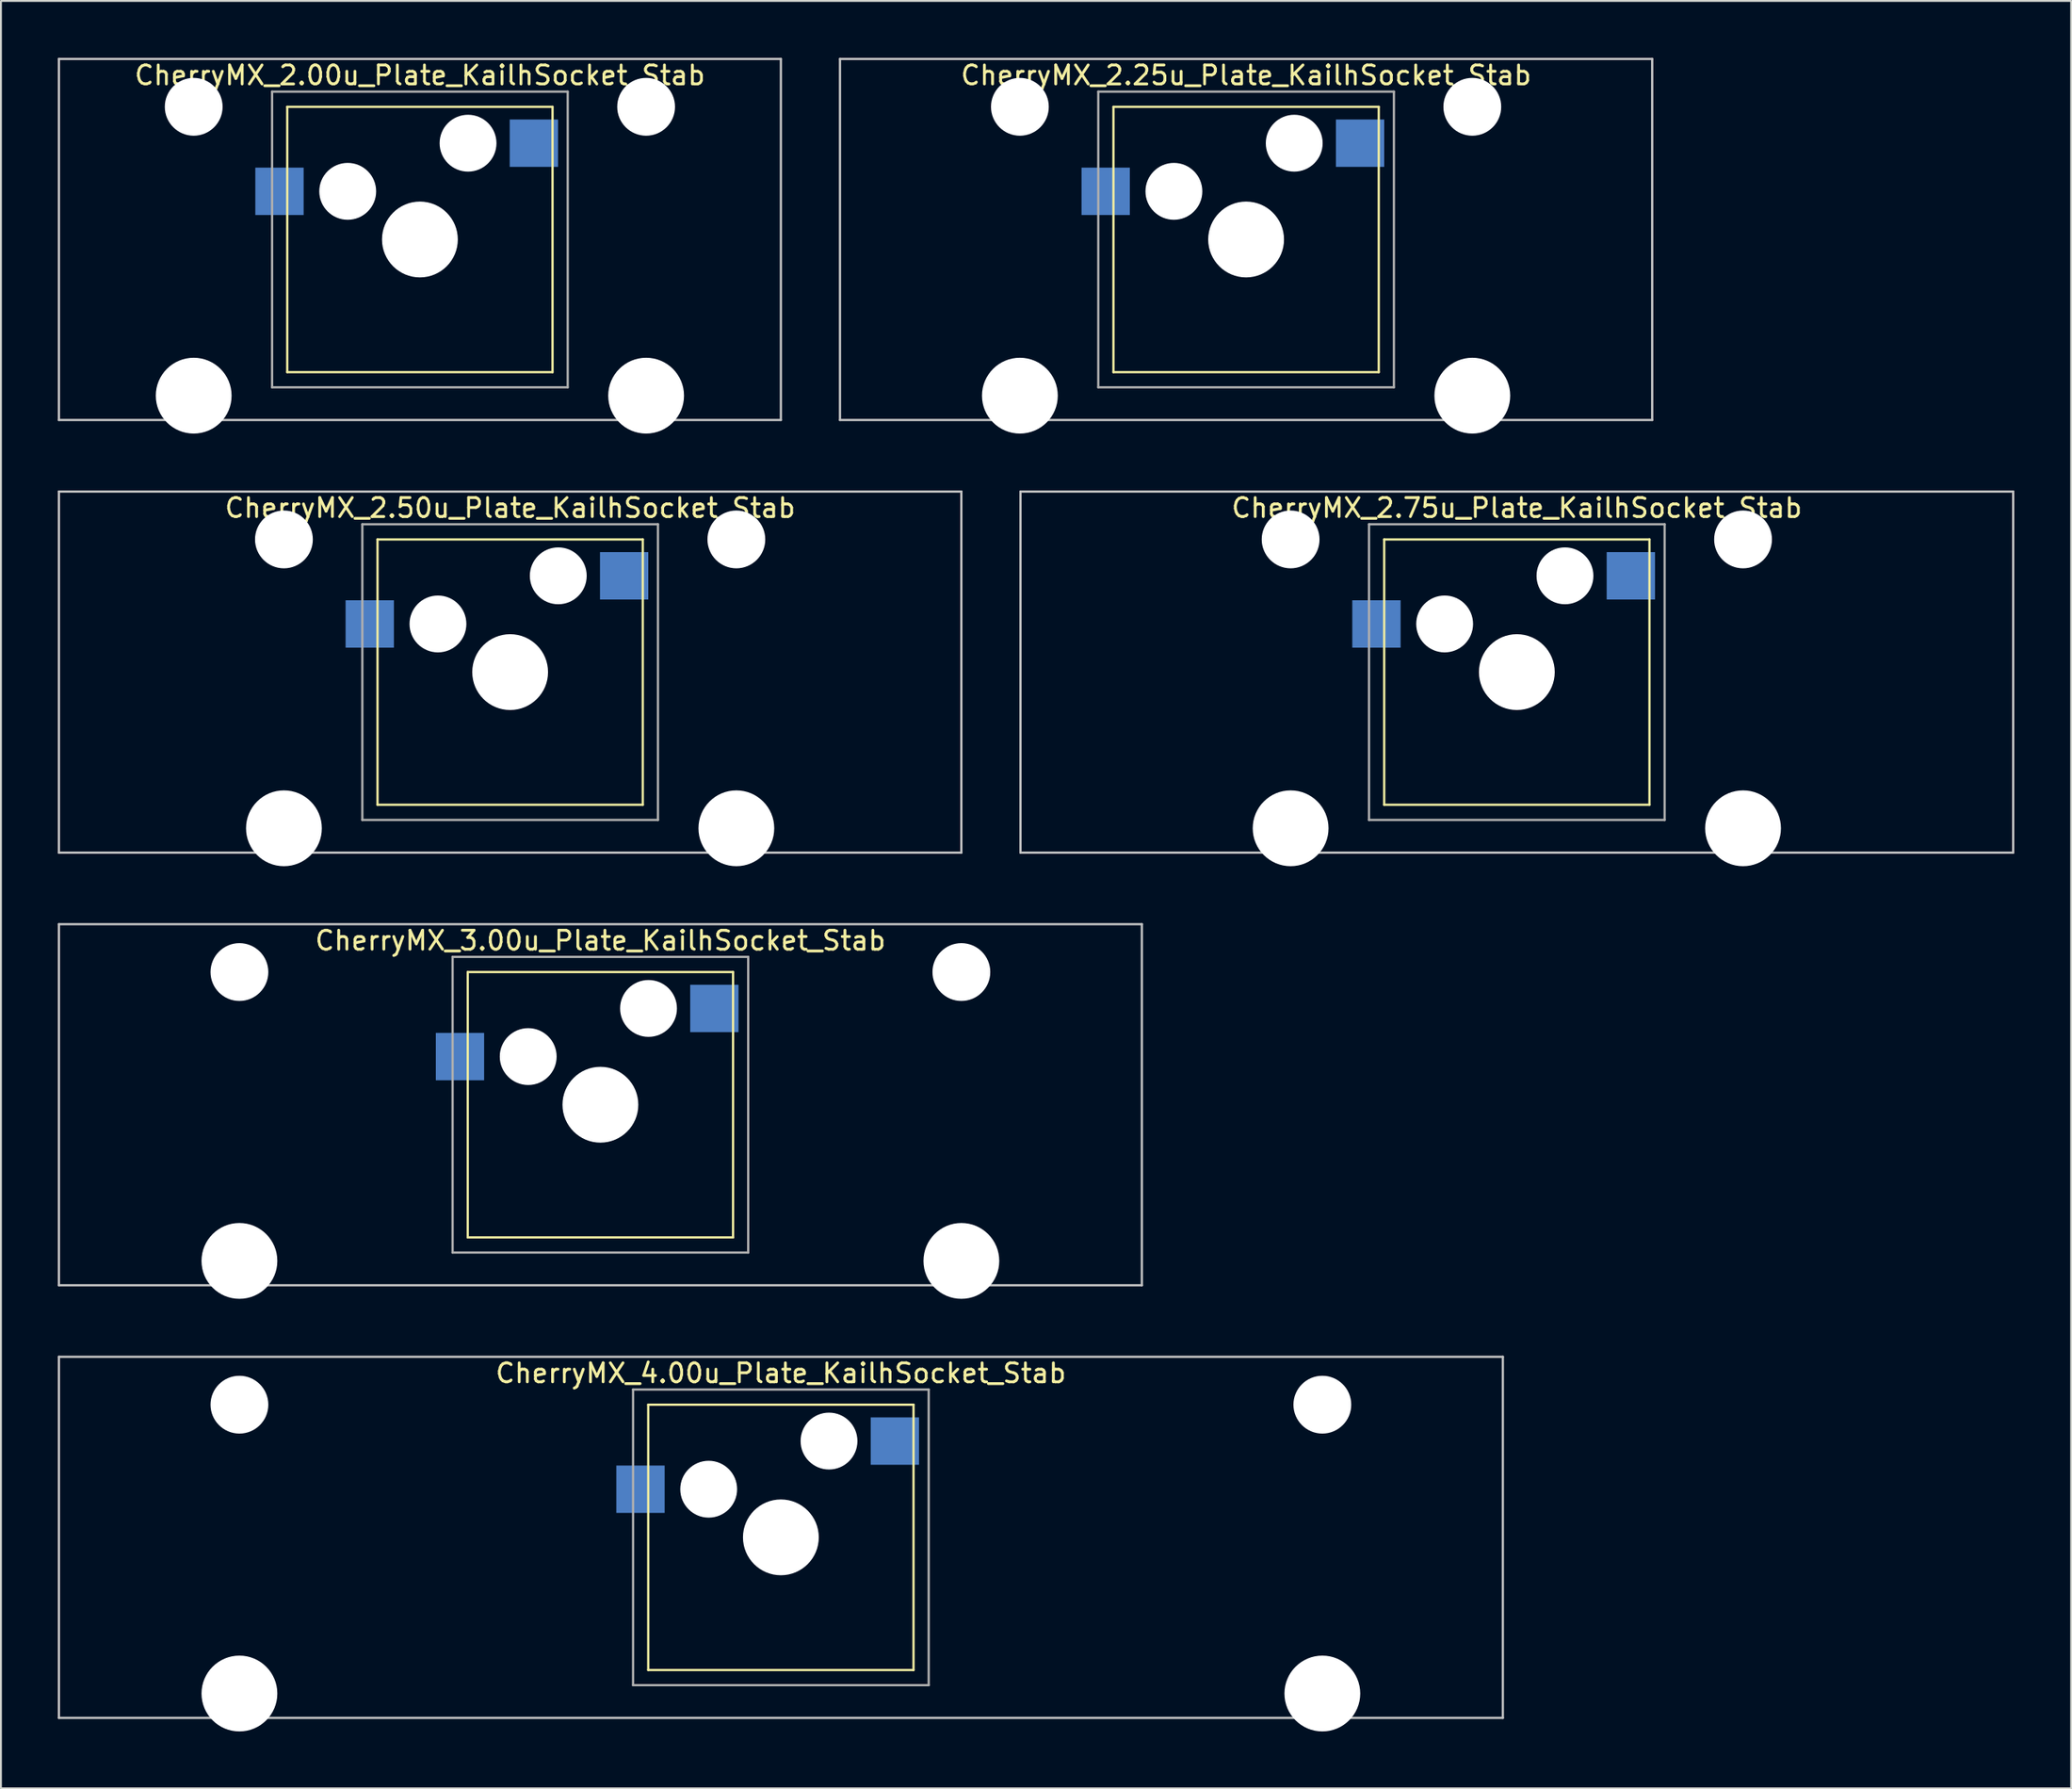
<source format=kicad_pcb>
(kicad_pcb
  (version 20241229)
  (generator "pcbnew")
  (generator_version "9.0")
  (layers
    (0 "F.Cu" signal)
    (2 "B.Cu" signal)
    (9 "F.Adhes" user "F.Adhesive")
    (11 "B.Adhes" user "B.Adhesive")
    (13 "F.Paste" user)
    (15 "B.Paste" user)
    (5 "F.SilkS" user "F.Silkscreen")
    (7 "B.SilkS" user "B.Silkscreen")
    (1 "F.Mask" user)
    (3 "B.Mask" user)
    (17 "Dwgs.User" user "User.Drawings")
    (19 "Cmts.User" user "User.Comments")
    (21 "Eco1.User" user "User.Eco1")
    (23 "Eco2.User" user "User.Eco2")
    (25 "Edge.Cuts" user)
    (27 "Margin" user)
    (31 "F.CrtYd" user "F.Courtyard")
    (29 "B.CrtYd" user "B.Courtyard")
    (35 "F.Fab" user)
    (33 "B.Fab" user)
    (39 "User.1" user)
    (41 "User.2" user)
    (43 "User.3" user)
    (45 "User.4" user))
  (footprint "CherryMX_3.00u_Plate_KailhSocket_Stab"
    (layer "F.Cu")
    (at 28.635 55.235)
    (property "Reference" "CherryMX_3.00u_Plate_KailhSocket_Stab" (at 0 -8.662 0) (layer "F.SilkS") (effects (font (size 1 1) (thickness 0.15))))
    (attr through_hole)
    (fp_line (start -7 -7) (end -7 7) (stroke (width 0.12) (type solid)) (layer "F.SilkS"))
    (fp_line (start -7 -7) (end 7 -7) (stroke (width 0.12) (type solid)) (layer "F.SilkS"))
    (fp_line (start 7 -7) (end 7 7) (stroke (width 0.12) (type solid)) (layer "F.SilkS"))
    (fp_line (start 7 7) (end -7 7) (stroke (width 0.12) (type solid)) (layer "F.SilkS"))
    (fp_line (start -28.575 -9.525) (end 28.575 -9.525) (stroke (width 0.12) (type solid)) (layer "Dwgs.User"))
    (fp_line (start -28.575 9.525) (end -28.575 -9.525) (stroke (width 0.12) (type solid)) (layer "Dwgs.User"))
    (fp_line (start 28.575 -9.525) (end 28.575 9.525) (stroke (width 0.12) (type solid)) (layer "Dwgs.User"))
    (fp_line (start 28.575 9.525) (end -28.575 9.525) (stroke (width 0.12) (type solid)) (layer "Dwgs.User"))
    (fp_line (start -7.8 -7.8) (end -7.8 7.8) (stroke (width 0.12) (type solid)) (layer "F.Fab"))
    (fp_line (start -7.8 -7.8) (end 7.8 -7.8) (stroke (width 0.12) (type solid)) (layer "F.Fab"))
    (fp_line (start -7.8 7.8) (end 7.8 7.8) (stroke (width 0.12) (type solid)) (layer "F.Fab"))
    (fp_line (start 7.8 -7.8) (end 7.8 7.8) (stroke (width 0.12) (type solid)) (layer "F.Fab"))
    (pad "" np_thru_hole circle (at -19.05 -7) (size 3.05 3.05) (drill 3.05) (layers "*.Cu" "*.Mask"))
    (pad "" np_thru_hole circle (at -19.05 8.24) (size 4 4) (drill 4) (layers "*.Cu" "*.Mask"))
    (pad "" np_thru_hole circle (at -3.81 -2.54) (size 3 3) (drill 3) (layers "*.Cu" "*.Mask"))
    (pad "" np_thru_hole circle (at 0 0) (size 4 4) (drill 4) (layers "*.Cu" "*.Mask"))
    (pad "" np_thru_hole circle (at 2.54 -5.08) (size 3 3) (drill 3) (layers "*.Cu" "*.Mask"))
    (pad "" np_thru_hole circle (at 19.05 -7) (size 3.05 3.05) (drill 3.05) (layers "*.Cu" "*.Mask"))
    (pad "" np_thru_hole circle (at 19.05 8.24) (size 4 4) (drill 4) (layers "*.Cu" "*.Mask"))
    (pad "1" smd rect (at -7.41 -2.54) (size 2.55 2.5) (layers "B.Cu" "B.Mask" "B.Paste"))
    (pad "2" smd rect (at 6.015 -5.08) (size 2.55 2.5) (layers "B.Cu" "B.Mask" "B.Paste")))
  (footprint "CherryMX_2.25u_Plate_KailhSocket_Stab"
    (layer "F.Cu")
    (at 62.711 9.585)
    (property "Reference" "CherryMX_2.25u_Plate_KailhSocket_Stab" (at 0 -8.662 0) (layer "F.SilkS") (effects (font (size 1 1) (thickness 0.15))))
    (attr through_hole)
    (fp_line (start -7 -7) (end -7 7) (stroke (width 0.12) (type solid)) (layer "F.SilkS"))
    (fp_line (start -7 -7) (end 7 -7) (stroke (width 0.12) (type solid)) (layer "F.SilkS"))
    (fp_line (start 7 -7) (end 7 7) (stroke (width 0.12) (type solid)) (layer "F.SilkS"))
    (fp_line (start 7 7) (end -7 7) (stroke (width 0.12) (type solid)) (layer "F.SilkS"))
    (fp_line (start -21.431 -9.525) (end 21.431 -9.525) (stroke (width 0.12) (type solid)) (layer "Dwgs.User"))
    (fp_line (start -21.431 9.525) (end -21.431 -9.525) (stroke (width 0.12) (type solid)) (layer "Dwgs.User"))
    (fp_line (start 21.431 -9.525) (end 21.431 9.525) (stroke (width 0.12) (type solid)) (layer "Dwgs.User"))
    (fp_line (start 21.431 9.525) (end -21.431 9.525) (stroke (width 0.12) (type solid)) (layer "Dwgs.User"))
    (fp_line (start -7.8 -7.8) (end -7.8 7.8) (stroke (width 0.12) (type solid)) (layer "F.Fab"))
    (fp_line (start -7.8 -7.8) (end 7.8 -7.8) (stroke (width 0.12) (type solid)) (layer "F.Fab"))
    (fp_line (start -7.8 7.8) (end 7.8 7.8) (stroke (width 0.12) (type solid)) (layer "F.Fab"))
    (fp_line (start 7.8 -7.8) (end 7.8 7.8) (stroke (width 0.12) (type solid)) (layer "F.Fab"))
    (pad "" np_thru_hole circle (at -11.938 -7) (size 3.05 3.05) (drill 3.05) (layers "*.Cu" "*.Mask"))
    (pad "" np_thru_hole circle (at -11.938 8.24) (size 4 4) (drill 4) (layers "*.Cu" "*.Mask"))
    (pad "" np_thru_hole circle (at -3.81 -2.54) (size 3 3) (drill 3) (layers "*.Cu" "*.Mask"))
    (pad "" np_thru_hole circle (at 0 0) (size 4 4) (drill 4) (layers "*.Cu" "*.Mask"))
    (pad "" np_thru_hole circle (at 2.54 -5.08) (size 3 3) (drill 3) (layers "*.Cu" "*.Mask"))
    (pad "" np_thru_hole circle (at 11.938 -7) (size 3.05 3.05) (drill 3.05) (layers "*.Cu" "*.Mask"))
    (pad "" np_thru_hole circle (at 11.938 8.24) (size 4 4) (drill 4) (layers "*.Cu" "*.Mask"))
    (pad "1" smd rect (at -7.41 -2.54) (size 2.55 2.5) (layers "B.Cu" "B.Mask" "B.Paste"))
    (pad "2" smd rect (at 6.015 -5.08) (size 2.55 2.5) (layers "B.Cu" "B.Mask" "B.Paste")))
  (footprint "CherryMX_2.75u_Plate_KailhSocket_Stab"
    (layer "F.Cu")
    (at 76.999 32.41)
    (property "Reference" "CherryMX_2.75u_Plate_KailhSocket_Stab" (at 0 -8.662 0) (layer "F.SilkS") (effects (font (size 1 1) (thickness 0.15))))
    (attr through_hole)
    (fp_line (start -7 -7) (end -7 7) (stroke (width 0.12) (type solid)) (layer "F.SilkS"))
    (fp_line (start -7 -7) (end 7 -7) (stroke (width 0.12) (type solid)) (layer "F.SilkS"))
    (fp_line (start 7 -7) (end 7 7) (stroke (width 0.12) (type solid)) (layer "F.SilkS"))
    (fp_line (start 7 7) (end -7 7) (stroke (width 0.12) (type solid)) (layer "F.SilkS"))
    (fp_line (start -26.194 -9.525) (end 26.194 -9.525) (stroke (width 0.12) (type solid)) (layer "Dwgs.User"))
    (fp_line (start -26.194 9.525) (end -26.194 -9.525) (stroke (width 0.12) (type solid)) (layer "Dwgs.User"))
    (fp_line (start 26.194 -9.525) (end 26.194 9.525) (stroke (width 0.12) (type solid)) (layer "Dwgs.User"))
    (fp_line (start 26.194 9.525) (end -26.194 9.525) (stroke (width 0.12) (type solid)) (layer "Dwgs.User"))
    (fp_line (start -7.8 -7.8) (end -7.8 7.8) (stroke (width 0.12) (type solid)) (layer "F.Fab"))
    (fp_line (start -7.8 -7.8) (end 7.8 -7.8) (stroke (width 0.12) (type solid)) (layer "F.Fab"))
    (fp_line (start -7.8 7.8) (end 7.8 7.8) (stroke (width 0.12) (type solid)) (layer "F.Fab"))
    (fp_line (start 7.8 -7.8) (end 7.8 7.8) (stroke (width 0.12) (type solid)) (layer "F.Fab"))
    (pad "" np_thru_hole circle (at -11.938 -7) (size 3.05 3.05) (drill 3.05) (layers "*.Cu" "*.Mask"))
    (pad "" np_thru_hole circle (at -11.938 8.24) (size 4 4) (drill 4) (layers "*.Cu" "*.Mask"))
    (pad "" np_thru_hole circle (at -3.81 -2.54) (size 3 3) (drill 3) (layers "*.Cu" "*.Mask"))
    (pad "" np_thru_hole circle (at 0 0) (size 4 4) (drill 4) (layers "*.Cu" "*.Mask"))
    (pad "" np_thru_hole circle (at 2.54 -5.08) (size 3 3) (drill 3) (layers "*.Cu" "*.Mask"))
    (pad "" np_thru_hole circle (at 11.938 -7) (size 3.05 3.05) (drill 3.05) (layers "*.Cu" "*.Mask"))
    (pad "" np_thru_hole circle (at 11.938 8.24) (size 4 4) (drill 4) (layers "*.Cu" "*.Mask"))
    (pad "1" smd rect (at -7.41 -2.54) (size 2.55 2.5) (layers "B.Cu" "B.Mask" "B.Paste"))
    (pad "2" smd rect (at 6.015 -5.08) (size 2.55 2.5) (layers "B.Cu" "B.Mask" "B.Paste")))
  (footprint "CherryMX_2.50u_Plate_KailhSocket_Stab"
    (layer "F.Cu")
    (at 23.872 32.41)
    (property "Reference" "CherryMX_2.50u_Plate_KailhSocket_Stab" (at 0 -8.662 0) (layer "F.SilkS") (effects (font (size 1 1) (thickness 0.15))))
    (attr through_hole)
    (fp_line (start -7 -7) (end -7 7) (stroke (width 0.12) (type solid)) (layer "F.SilkS"))
    (fp_line (start -7 -7) (end 7 -7) (stroke (width 0.12) (type solid)) (layer "F.SilkS"))
    (fp_line (start 7 -7) (end 7 7) (stroke (width 0.12) (type solid)) (layer "F.SilkS"))
    (fp_line (start 7 7) (end -7 7) (stroke (width 0.12) (type solid)) (layer "F.SilkS"))
    (fp_line (start -23.812 -9.525) (end 23.812 -9.525) (stroke (width 0.12) (type solid)) (layer "Dwgs.User"))
    (fp_line (start -23.812 9.525) (end -23.812 -9.525) (stroke (width 0.12) (type solid)) (layer "Dwgs.User"))
    (fp_line (start 23.812 -9.525) (end 23.812 9.525) (stroke (width 0.12) (type solid)) (layer "Dwgs.User"))
    (fp_line (start 23.812 9.525) (end -23.812 9.525) (stroke (width 0.12) (type solid)) (layer "Dwgs.User"))
    (fp_line (start -7.8 -7.8) (end -7.8 7.8) (stroke (width 0.12) (type solid)) (layer "F.Fab"))
    (fp_line (start -7.8 -7.8) (end 7.8 -7.8) (stroke (width 0.12) (type solid)) (layer "F.Fab"))
    (fp_line (start -7.8 7.8) (end 7.8 7.8) (stroke (width 0.12) (type solid)) (layer "F.Fab"))
    (fp_line (start 7.8 -7.8) (end 7.8 7.8) (stroke (width 0.12) (type solid)) (layer "F.Fab"))
    (pad "" np_thru_hole circle (at -11.938 -7) (size 3.05 3.05) (drill 3.05) (layers "*.Cu" "*.Mask"))
    (pad "" np_thru_hole circle (at -11.938 8.24) (size 4 4) (drill 4) (layers "*.Cu" "*.Mask"))
    (pad "" np_thru_hole circle (at -3.81 -2.54) (size 3 3) (drill 3) (layers "*.Cu" "*.Mask"))
    (pad "" np_thru_hole circle (at 0 0) (size 4 4) (drill 4) (layers "*.Cu" "*.Mask"))
    (pad "" np_thru_hole circle (at 2.54 -5.08) (size 3 3) (drill 3) (layers "*.Cu" "*.Mask"))
    (pad "" np_thru_hole circle (at 11.938 -7) (size 3.05 3.05) (drill 3.05) (layers "*.Cu" "*.Mask"))
    (pad "" np_thru_hole circle (at 11.938 8.24) (size 4 4) (drill 4) (layers "*.Cu" "*.Mask"))
    (pad "1" smd rect (at -7.41 -2.54) (size 2.55 2.5) (layers "B.Cu" "B.Mask" "B.Paste"))
    (pad "2" smd rect (at 6.015 -5.08) (size 2.55 2.5) (layers "B.Cu" "B.Mask" "B.Paste")))
  (footprint "CherryMX_2.00u_Plate_KailhSocket_Stab"
    (layer "F.Cu")
    (at 19.11 9.585)
    (property "Reference" "CherryMX_2.00u_Plate_KailhSocket_Stab" (at 0 -8.662 0) (layer "F.SilkS") (effects (font (size 1 1) (thickness 0.15))))
    (attr through_hole)
    (fp_line (start -7 -7) (end -7 7) (stroke (width 0.12) (type solid)) (layer "F.SilkS"))
    (fp_line (start -7 -7) (end 7 -7) (stroke (width 0.12) (type solid)) (layer "F.SilkS"))
    (fp_line (start 7 -7) (end 7 7) (stroke (width 0.12) (type solid)) (layer "F.SilkS"))
    (fp_line (start 7 7) (end -7 7) (stroke (width 0.12) (type solid)) (layer "F.SilkS"))
    (fp_line (start -19.05 -9.525) (end 19.05 -9.525) (stroke (width 0.12) (type solid)) (layer "Dwgs.User"))
    (fp_line (start -19.05 9.525) (end -19.05 -9.525) (stroke (width 0.12) (type solid)) (layer "Dwgs.User"))
    (fp_line (start 19.05 -9.525) (end 19.05 9.525) (stroke (width 0.12) (type solid)) (layer "Dwgs.User"))
    (fp_line (start 19.05 9.525) (end -19.05 9.525) (stroke (width 0.12) (type solid)) (layer "Dwgs.User"))
    (fp_line (start -7.8 -7.8) (end -7.8 7.8) (stroke (width 0.12) (type solid)) (layer "F.Fab"))
    (fp_line (start -7.8 -7.8) (end 7.8 -7.8) (stroke (width 0.12) (type solid)) (layer "F.Fab"))
    (fp_line (start -7.8 7.8) (end 7.8 7.8) (stroke (width 0.12) (type solid)) (layer "F.Fab"))
    (fp_line (start 7.8 -7.8) (end 7.8 7.8) (stroke (width 0.12) (type solid)) (layer "F.Fab"))
    (pad "" np_thru_hole circle (at -11.938 -7) (size 3.05 3.05) (drill 3.05) (layers "*.Cu" "*.Mask"))
    (pad "" np_thru_hole circle (at -11.938 8.24) (size 4 4) (drill 4) (layers "*.Cu" "*.Mask"))
    (pad "" np_thru_hole circle (at -3.81 -2.54) (size 3 3) (drill 3) (layers "*.Cu" "*.Mask"))
    (pad "" np_thru_hole circle (at 0 0) (size 4 4) (drill 4) (layers "*.Cu" "*.Mask"))
    (pad "" np_thru_hole circle (at 2.54 -5.08) (size 3 3) (drill 3) (layers "*.Cu" "*.Mask"))
    (pad "" np_thru_hole circle (at 11.938 -7) (size 3.05 3.05) (drill 3.05) (layers "*.Cu" "*.Mask"))
    (pad "" np_thru_hole circle (at 11.938 8.24) (size 4 4) (drill 4) (layers "*.Cu" "*.Mask"))
    (pad "1" smd rect (at -7.41 -2.54) (size 2.55 2.5) (layers "B.Cu" "B.Mask" "B.Paste"))
    (pad "2" smd rect (at 6.015 -5.08) (size 2.55 2.5) (layers "B.Cu" "B.Mask" "B.Paste")))
  (footprint "CherryMX_4.00u_Plate_KailhSocket_Stab"
    (layer "F.Cu")
    (at 38.16 78.06)
    (property "Reference" "CherryMX_4.00u_Plate_KailhSocket_Stab" (at 0 -8.662 0) (layer "F.SilkS") (effects (font (size 1 1) (thickness 0.15))))
    (attr through_hole)
    (fp_line (start -7 -7) (end -7 7) (stroke (width 0.12) (type solid)) (layer "F.SilkS"))
    (fp_line (start -7 -7) (end 7 -7) (stroke (width 0.12) (type solid)) (layer "F.SilkS"))
    (fp_line (start 7 -7) (end 7 7) (stroke (width 0.12) (type solid)) (layer "F.SilkS"))
    (fp_line (start 7 7) (end -7 7) (stroke (width 0.12) (type solid)) (layer "F.SilkS"))
    (fp_line (start -38.1 -9.525) (end 38.1 -9.525) (stroke (width 0.12) (type solid)) (layer "Dwgs.User"))
    (fp_line (start -38.1 9.525) (end -38.1 -9.525) (stroke (width 0.12) (type solid)) (layer "Dwgs.User"))
    (fp_line (start 38.1 -9.525) (end 38.1 9.525) (stroke (width 0.12) (type solid)) (layer "Dwgs.User"))
    (fp_line (start 38.1 9.525) (end -38.1 9.525) (stroke (width 0.12) (type solid)) (layer "Dwgs.User"))
    (fp_line (start -7.8 -7.8) (end -7.8 7.8) (stroke (width 0.12) (type solid)) (layer "F.Fab"))
    (fp_line (start -7.8 -7.8) (end 7.8 -7.8) (stroke (width 0.12) (type solid)) (layer "F.Fab"))
    (fp_line (start -7.8 7.8) (end 7.8 7.8) (stroke (width 0.12) (type solid)) (layer "F.Fab"))
    (fp_line (start 7.8 -7.8) (end 7.8 7.8) (stroke (width 0.12) (type solid)) (layer "F.Fab"))
    (pad "" np_thru_hole circle (at -28.575 -7) (size 3.05 3.05) (drill 3.05) (layers "*.Cu" "*.Mask"))
    (pad "" np_thru_hole circle (at -28.575 8.24) (size 4 4) (drill 4) (layers "*.Cu" "*.Mask"))
    (pad "" np_thru_hole circle (at -3.81 -2.54) (size 3 3) (drill 3) (layers "*.Cu" "*.Mask"))
    (pad "" np_thru_hole circle (at 0 0) (size 4 4) (drill 4) (layers "*.Cu" "*.Mask"))
    (pad "" np_thru_hole circle (at 2.54 -5.08) (size 3 3) (drill 3) (layers "*.Cu" "*.Mask"))
    (pad "" np_thru_hole circle (at 28.575 -7) (size 3.05 3.05) (drill 3.05) (layers "*.Cu" "*.Mask"))
    (pad "" np_thru_hole circle (at 28.575 8.24) (size 4 4) (drill 4) (layers "*.Cu" "*.Mask"))
    (pad "1" smd rect (at -7.41 -2.54) (size 2.55 2.5) (layers "B.Cu" "B.Mask" "B.Paste"))
    (pad "2" smd rect (at 6.015 -5.08) (size 2.55 2.5) (layers "B.Cu" "B.Mask" "B.Paste")))
  (gr_rect
    (start -3 -3)
    (end 106.252 91.3)
    (stroke (width 0.1) (type default))
    (fill no)
    (layer "Edge.Cuts")))
</source>
